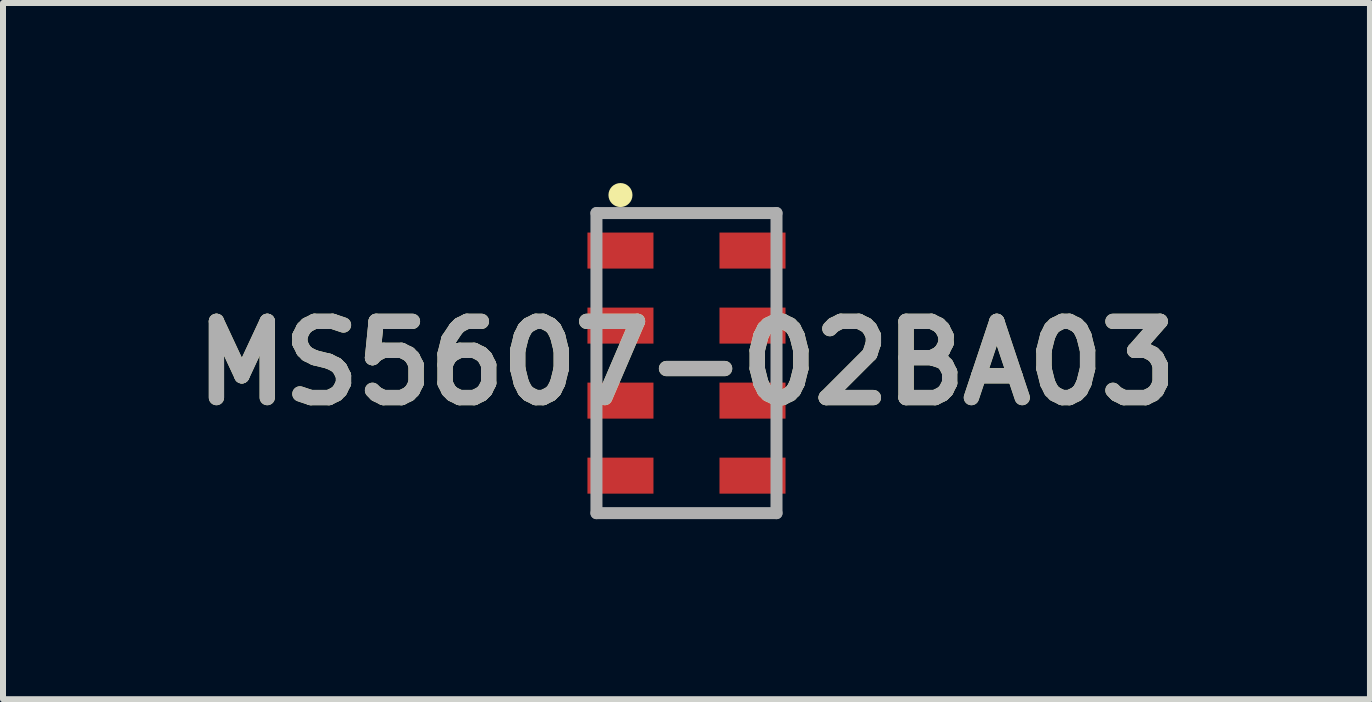
<source format=kicad_pcb>
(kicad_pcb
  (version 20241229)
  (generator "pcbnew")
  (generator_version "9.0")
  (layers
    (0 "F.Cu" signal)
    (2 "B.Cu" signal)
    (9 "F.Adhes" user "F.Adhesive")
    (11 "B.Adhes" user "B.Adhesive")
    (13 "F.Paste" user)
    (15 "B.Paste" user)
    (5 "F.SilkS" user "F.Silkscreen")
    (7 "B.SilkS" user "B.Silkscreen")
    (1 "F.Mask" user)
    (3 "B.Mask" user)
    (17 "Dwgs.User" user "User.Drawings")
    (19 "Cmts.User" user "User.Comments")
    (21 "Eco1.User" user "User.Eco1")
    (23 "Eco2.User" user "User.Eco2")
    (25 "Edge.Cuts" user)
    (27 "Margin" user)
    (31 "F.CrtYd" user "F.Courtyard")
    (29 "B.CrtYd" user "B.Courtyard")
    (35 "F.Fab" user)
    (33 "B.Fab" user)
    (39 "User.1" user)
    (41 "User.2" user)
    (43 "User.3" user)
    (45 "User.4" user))
  (footprint "MS5607-02BA03"
    (layer "F.Cu")
    (at 8.388 3)
    (property "Reference" "MS5607-02BA03" (at 0 0 0) (layer "F.SilkS") (effects (font (size 1.27 1.27) (thickness 0.254))))
    (attr smd)
    (fp_line (start -1.5 -2.5) (end 1.5 -2.5) (stroke (width 0.1) (type solid)) (layer "F.SilkS"))
    (fp_line (start -1.5 2.5) (end 1.5 2.5) (stroke (width 0.1) (type solid)) (layer "F.SilkS"))
    (fp_circle (center -1.1 -2.8) (end -1.1 -2.7) (stroke (width 0.2) (type solid)) (fill no) (layer "F.SilkS"))
    (fp_line (start -1.5 -2.5) (end -1.5 2.5) (stroke (width 0.2) (type solid)) (layer "F.Fab"))
    (fp_line (start -1.5 2.5) (end 1.5 2.5) (stroke (width 0.2) (type solid)) (layer "F.Fab"))
    (fp_line (start 1.5 -2.5) (end -1.5 -2.5) (stroke (width 0.2) (type solid)) (layer "F.Fab"))
    (fp_line (start 1.5 2.5) (end 1.5 -2.5) (stroke (width 0.2) (type solid)) (layer "F.Fab"))
    (fp_text user "${REFERENCE}" (at 0 0 0) (layer "F.Fab") (effects (font (size 1.27 1.27) (thickness 0.254))))
    (pad "1" smd rect (at -1.1 -1.875 90) (size 0.6 1.1) (layers "F.Cu" "F.Mask" "F.Paste"))
    (pad "2" smd rect (at -1.1 -0.625 90) (size 0.6 1.1) (layers "F.Cu" "F.Mask" "F.Paste"))
    (pad "3" smd rect (at -1.1 0.625 90) (size 0.6 1.1) (layers "F.Cu" "F.Mask" "F.Paste"))
    (pad "4" smd rect (at -1.1 1.875 90) (size 0.6 1.1) (layers "F.Cu" "F.Mask" "F.Paste"))
    (pad "5" smd rect (at 1.1 1.875 90) (size 0.6 1.1) (layers "F.Cu" "F.Mask" "F.Paste"))
    (pad "6" smd rect (at 1.1 0.625 90) (size 0.6 1.1) (layers "F.Cu" "F.Mask" "F.Paste"))
    (pad "7" smd rect (at 1.1 -0.625 90) (size 0.6 1.1) (layers "F.Cu" "F.Mask" "F.Paste"))
    (pad "8" smd rect (at 1.1 -1.875 90) (size 0.6 1.1) (layers "F.Cu" "F.Mask" "F.Paste")))
  (gr_rect
    (start -3 -3)
    (end 19.776 8.6)
    (stroke (width 0.1) (type default))
    (fill no)
    (layer "Edge.Cuts")))
</source>
